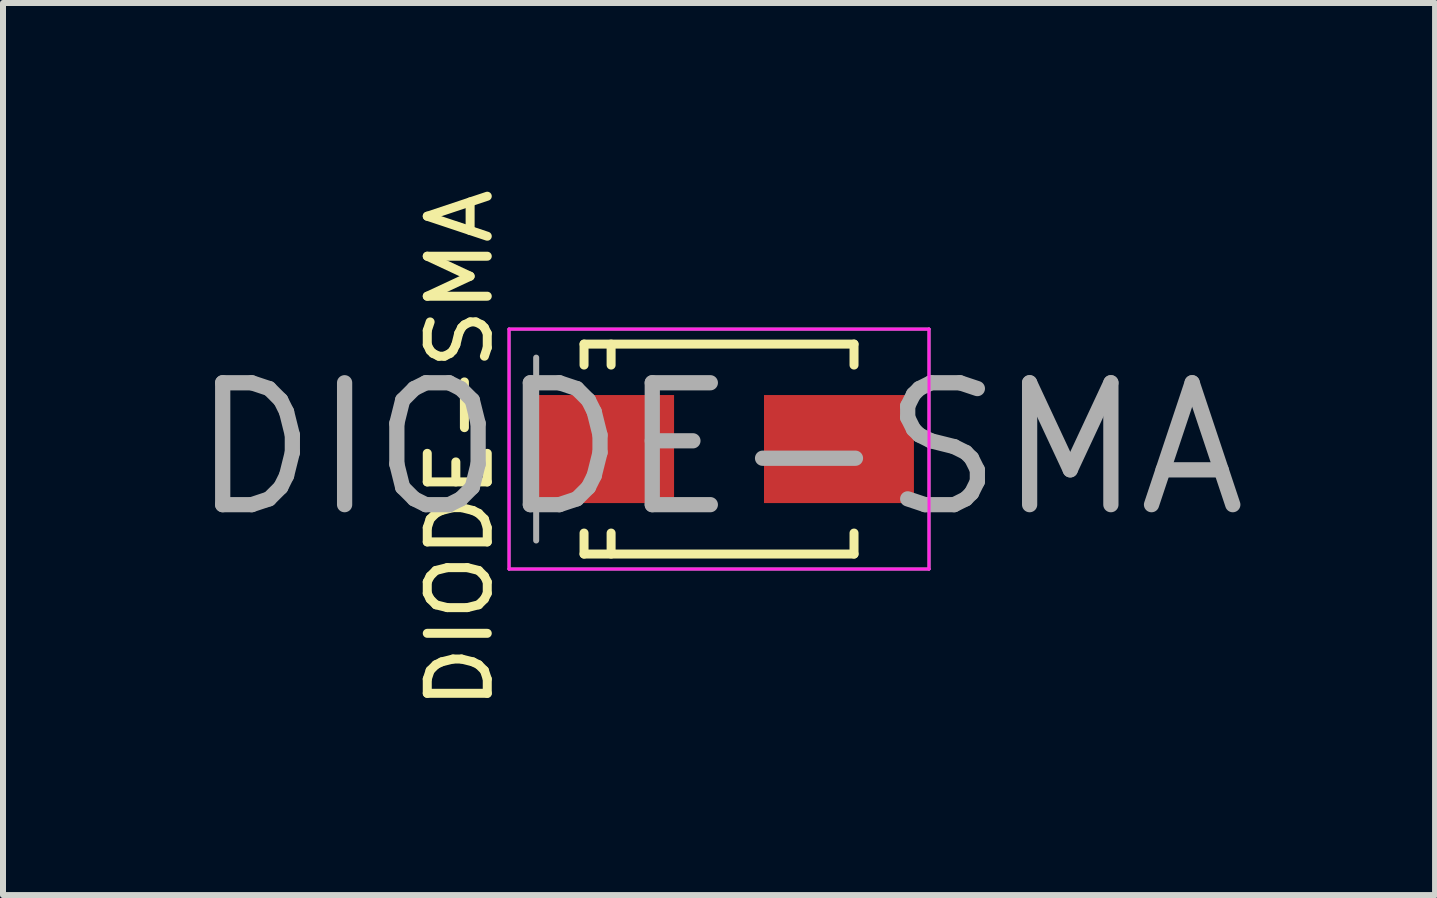
<source format=kicad_pcb>
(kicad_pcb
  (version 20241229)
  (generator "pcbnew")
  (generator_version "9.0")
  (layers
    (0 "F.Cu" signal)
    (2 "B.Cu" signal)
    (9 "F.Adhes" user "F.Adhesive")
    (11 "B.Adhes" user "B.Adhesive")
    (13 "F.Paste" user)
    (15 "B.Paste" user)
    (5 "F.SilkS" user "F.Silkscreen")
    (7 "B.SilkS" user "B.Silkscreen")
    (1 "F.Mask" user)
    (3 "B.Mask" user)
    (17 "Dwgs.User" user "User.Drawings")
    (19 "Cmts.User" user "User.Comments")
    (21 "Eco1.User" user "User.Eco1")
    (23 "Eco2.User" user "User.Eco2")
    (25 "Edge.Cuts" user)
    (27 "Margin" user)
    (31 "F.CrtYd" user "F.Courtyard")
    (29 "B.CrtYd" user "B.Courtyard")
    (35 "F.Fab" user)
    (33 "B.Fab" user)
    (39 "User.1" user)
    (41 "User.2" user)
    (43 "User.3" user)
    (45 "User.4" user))
  (footprint "DIODE-SMA"
    (layer "F.Cu")
    (at 8.935 4.435)
    (property "Reference" "DIODE-SMA" (at 0 0 0) (layer "F.Fab") (effects (font (size 2.032 2.032) (thickness 0.254))))
    (attr smd)
    (fp_line (start -2.25 -1.75) (end -2.25 -1.4) (stroke (width 0.15) (type solid)) (layer "F.SilkS"))
    (fp_line (start -2.25 -1.75) (end 2.25 -1.75) (stroke (width 0.15) (type solid)) (layer "F.SilkS"))
    (fp_line (start -2.25 1.75) (end -2.25 1.4) (stroke (width 0.15) (type solid)) (layer "F.SilkS"))
    (fp_line (start -2.25 1.75) (end 2.25 1.75) (stroke (width 0.15) (type solid)) (layer "F.SilkS"))
    (fp_line (start -1.799 -1.75) (end -1.799 -1.4) (stroke (width 0.15) (type solid)) (layer "F.SilkS"))
    (fp_line (start -1.799 1.75) (end -1.799 1.4) (stroke (width 0.15) (type solid)) (layer "F.SilkS"))
    (fp_line (start 2.25 -1.75) (end 2.25 -1.4) (stroke (width 0.15) (type solid)) (layer "F.SilkS"))
    (fp_line (start 2.25 1.75) (end 2.25 1.4) (stroke (width 0.15) (type solid)) (layer "F.SilkS"))
    (fp_line (start -3.5 -2) (end 3.5 -2) (stroke (width 0.05) (type solid)) (layer "F.CrtYd"))
    (fp_line (start -3.5 2) (end -3.5 -2) (stroke (width 0.05) (type solid)) (layer "F.CrtYd"))
    (fp_line (start 3.5 -2) (end 3.5 2) (stroke (width 0.05) (type solid)) (layer "F.CrtYd"))
    (fp_line (start 3.5 2) (end -3.5 2) (stroke (width 0.05) (type solid)) (layer "F.CrtYd"))
    (fp_line (start -3.5 -2) (end 3.5 -2) (stroke (width 0.05) (type solid)) (layer "F.Fab"))
    (fp_line (start -3.5 2) (end -3.5 -2) (stroke (width 0.05) (type solid)) (layer "F.Fab"))
    (fp_line (start -3.048 -1.524) (end -3.048 1.524) (stroke (width 0.1) (type solid)) (layer "F.Fab"))
    (fp_line (start 3.5 -2) (end 3.5 2) (stroke (width 0.05) (type solid)) (layer "F.Fab"))
    (fp_line (start 3.5 2) (end -3.5 2) (stroke (width 0.05) (type solid)) (layer "F.Fab"))
    (fp_text user "${REFERENCE}" (at -4.318 0 90) (layer "F.SilkS") (effects (font (size 1 1) (thickness 0.15))))
    (pad "1" smd rect (at -1.999 0) (size 2.499 1.801) (layers "F.Cu" "F.Mask" "F.Paste"))
    (pad "2" smd rect (at 1.999 0) (size 2.499 1.801) (layers "F.Cu" "F.Mask" "F.Paste")))
  (gr_rect
    (start -3 -3)
    (end 20.87 11.869)
    (stroke (width 0.1) (type default))
    (fill no)
    (layer "Edge.Cuts")))
</source>
